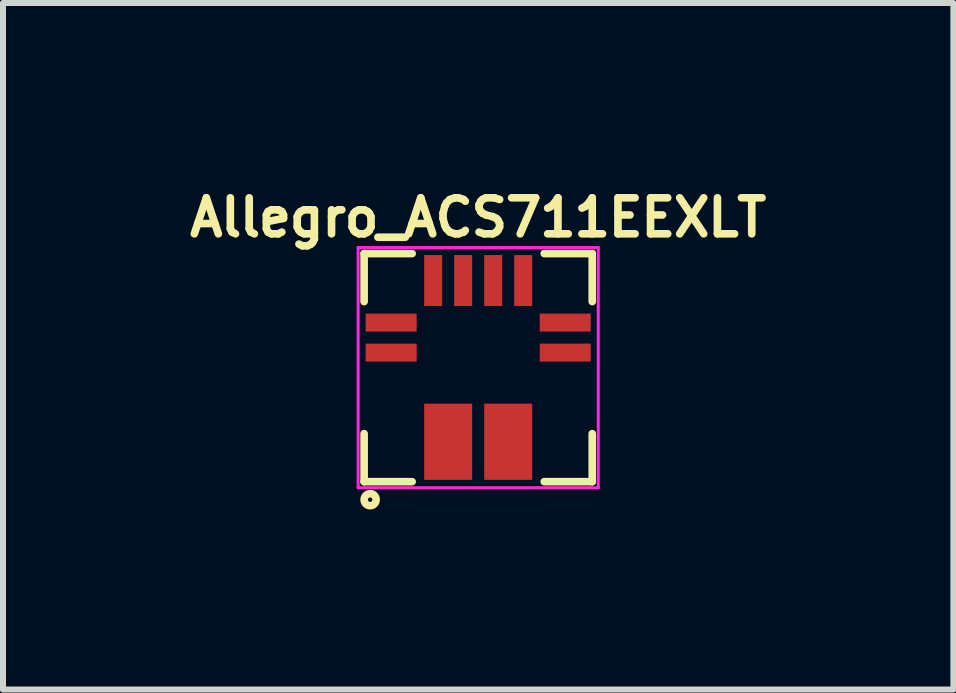
<source format=kicad_pcb>
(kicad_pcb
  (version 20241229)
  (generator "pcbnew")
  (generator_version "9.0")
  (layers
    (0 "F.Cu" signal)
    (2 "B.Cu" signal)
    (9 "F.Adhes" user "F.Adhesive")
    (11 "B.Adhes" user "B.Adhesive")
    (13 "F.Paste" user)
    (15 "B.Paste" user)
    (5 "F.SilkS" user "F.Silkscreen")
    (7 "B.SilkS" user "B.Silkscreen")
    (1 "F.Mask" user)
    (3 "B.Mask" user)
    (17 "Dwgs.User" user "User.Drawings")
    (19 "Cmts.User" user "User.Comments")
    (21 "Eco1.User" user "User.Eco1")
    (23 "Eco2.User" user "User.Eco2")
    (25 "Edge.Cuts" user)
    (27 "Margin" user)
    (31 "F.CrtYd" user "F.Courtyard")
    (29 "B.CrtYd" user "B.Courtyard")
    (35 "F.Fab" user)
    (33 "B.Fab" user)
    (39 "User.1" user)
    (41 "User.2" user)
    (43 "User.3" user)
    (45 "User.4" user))
  (footprint "Allegro_ACS711EEXLT"
    (layer "F.Cu")
    (at 4.916 3.074)
    (property "Reference" "Allegro_ACS711EEXLT" (at 0 -2.5 0) (layer "F.SilkS") (effects (font (size 0.6 0.6) (thickness 0.127))))
    (attr smd)
    (fp_line (start -1.9 -1.9) (end -1.9 -1.1) (stroke (width 0.127) (type solid)) (layer "F.SilkS"))
    (fp_line (start -1.9 -1.9) (end -1.1 -1.9) (stroke (width 0.127) (type solid)) (layer "F.SilkS"))
    (fp_line (start -1.9 1.1) (end -1.9 1.9) (stroke (width 0.127) (type solid)) (layer "F.SilkS"))
    (fp_line (start -1.9 1.9) (end -1.1 1.9) (stroke (width 0.127) (type solid)) (layer "F.SilkS"))
    (fp_line (start 1.1 -1.9) (end 1.9 -1.9) (stroke (width 0.127) (type solid)) (layer "F.SilkS"))
    (fp_line (start 1.1 1.9) (end 1.9 1.9) (stroke (width 0.127) (type solid)) (layer "F.SilkS"))
    (fp_line (start 1.9 -1.9) (end 1.9 -1.1) (stroke (width 0.127) (type solid)) (layer "F.SilkS"))
    (fp_line (start 1.9 1.9) (end 1.9 1.1) (stroke (width 0.127) (type solid)) (layer "F.SilkS"))
    (fp_circle (center -1.8 2.2) (end -1.8 2.1) (stroke (width 0.127) (type solid)) (fill no) (layer "F.SilkS"))
    (fp_line (start -2 -2) (end 2 -2) (stroke (width 0.05) (type solid)) (layer "F.CrtYd"))
    (fp_line (start -2 2) (end -2 -2) (stroke (width 0.05) (type solid)) (layer "F.CrtYd"))
    (fp_line (start 2 -2) (end 2 2) (stroke (width 0.05) (type solid)) (layer "F.CrtYd"))
    (fp_line (start 2 2) (end -2 2) (stroke (width 0.05) (type solid)) (layer "F.CrtYd"))
    (pad "1" smd rect (at -0.5 1.235) (size 0.8 1.27) (layers "F.Cu" "F.Mask" "F.Paste"))
    (pad "2" smd rect (at 0.5 1.235) (size 0.8 1.27) (layers "F.Cu" "F.Mask" "F.Paste"))
    (pad "5" smd rect (at 1.45 -0.25) (size 0.85 0.3) (layers "F.Cu" "F.Mask" "F.Paste"))
    (pad "6" smd rect (at 1.45 -0.75) (size 0.85 0.3) (layers "F.Cu" "F.Mask" "F.Paste"))
    (pad "7" smd rect (at 0.75 -1.45 90) (size 0.85 0.3) (layers "F.Cu" "F.Mask" "F.Paste"))
    (pad "8" smd rect (at 0.25 -1.45 90) (size 0.85 0.3) (layers "F.Cu" "F.Mask" "F.Paste"))
    (pad "9" smd rect (at -0.25 -1.45 90) (size 0.85 0.3) (layers "F.Cu" "F.Mask" "F.Paste"))
    (pad "10" smd rect (at -0.75 -1.45 90) (size 0.85 0.3) (layers "F.Cu" "F.Mask" "F.Paste"))
    (pad "11" smd rect (at -1.45 -0.75) (size 0.85 0.3) (layers "F.Cu" "F.Mask" "F.Paste"))
    (pad "12" smd rect (at -1.45 -0.25) (size 0.85 0.3) (layers "F.Cu" "F.Mask" "F.Paste")))
  (gr_rect
    (start -3 -3)
    (end 12.832 8.437)
    (stroke (width 0.1) (type default))
    (fill no)
    (layer "Edge.Cuts")))
</source>
